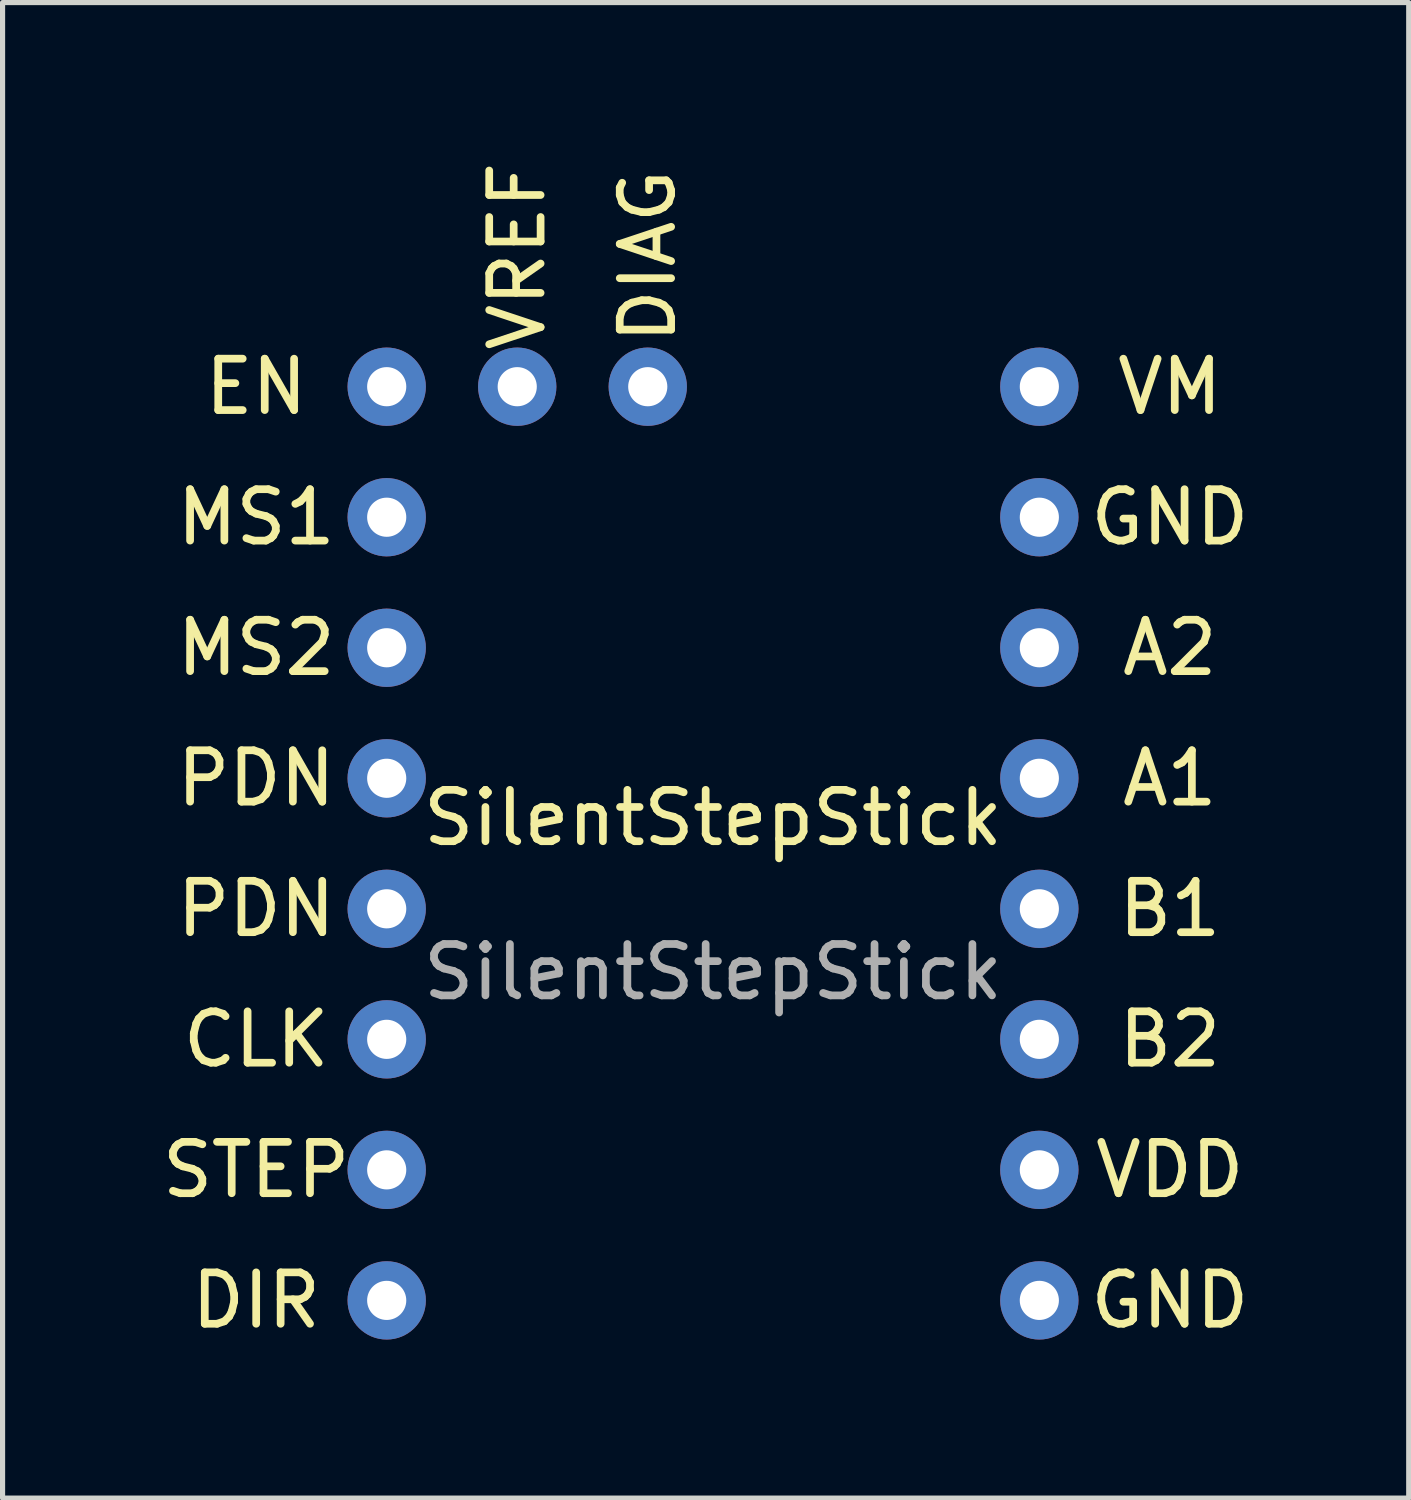
<source format=kicad_pcb>
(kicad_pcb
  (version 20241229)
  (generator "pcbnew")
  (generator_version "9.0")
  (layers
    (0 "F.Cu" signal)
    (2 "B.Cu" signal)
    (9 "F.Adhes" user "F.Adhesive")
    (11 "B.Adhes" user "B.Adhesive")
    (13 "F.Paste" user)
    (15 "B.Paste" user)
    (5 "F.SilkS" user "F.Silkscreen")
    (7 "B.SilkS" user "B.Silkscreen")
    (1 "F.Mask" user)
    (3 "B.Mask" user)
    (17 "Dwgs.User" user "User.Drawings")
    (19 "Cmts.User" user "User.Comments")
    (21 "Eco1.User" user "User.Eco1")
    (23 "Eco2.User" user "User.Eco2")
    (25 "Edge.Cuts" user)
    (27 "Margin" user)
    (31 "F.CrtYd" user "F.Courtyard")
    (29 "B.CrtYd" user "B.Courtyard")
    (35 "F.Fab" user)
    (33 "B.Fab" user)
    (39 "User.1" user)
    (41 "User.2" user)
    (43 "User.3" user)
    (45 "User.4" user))
  (footprint "SilentStepStick"
    (layer "F.Cu")
    (at 10.825 13.365)
    (property "Reference" "SilentStepStick" (at 0 -0.5 0) (unlocked yes) (layer "F.SilkS") (effects (font (size 1 1) (thickness 0.15))))
    (attr through_hole)
    (fp_text user "STEP" (at -8.89 6.35 0) (unlocked yes) (layer "F.SilkS") (effects (font (size 1 1) (thickness 0.15))))
    (fp_text user "DIR" (at -8.89 8.89 0) (unlocked yes) (layer "F.SilkS") (effects (font (size 1 1) (thickness 0.15))))
    (fp_text user "GND" (at 8.89 -6.35 0) (unlocked yes) (layer "F.SilkS") (effects (font (size 1 1) (thickness 0.15))))
    (fp_text user "MS2" (at -8.89 -3.81 0) (unlocked yes) (layer "F.SilkS") (effects (font (size 1 1) (thickness 0.15))))
    (fp_text user "CLK" (at -8.89 3.81 0) (unlocked yes) (layer "F.SilkS") (effects (font (size 1 1) (thickness 0.15))))
    (fp_text user "A2" (at 8.89 -3.81 0) (unlocked yes) (layer "F.SilkS") (effects (font (size 1 1) (thickness 0.15))))
    (fp_text user "VREF" (at -3.81 -11.43 90) (unlocked yes) (layer "F.SilkS") (effects (font (size 1 1) (thickness 0.15))))
    (fp_text user "PDN" (at -8.89 -1.27 0) (unlocked yes) (layer "F.SilkS") (effects (font (size 1 1) (thickness 0.15))))
    (fp_text user "EN" (at -8.89 -8.89 0) (unlocked yes) (layer "F.SilkS") (effects (font (size 1 1) (thickness 0.15))))
    (fp_text user "DIAG" (at -1.27 -11.43 90) (unlocked yes) (layer "F.SilkS") (effects (font (size 1 1) (thickness 0.15))))
    (fp_text user "VDD" (at 8.89 6.35 0) (unlocked yes) (layer "F.SilkS") (effects (font (size 1 1) (thickness 0.15))))
    (fp_text user "MS1" (at -8.89 -6.35 0) (unlocked yes) (layer "F.SilkS") (effects (font (size 1 1) (thickness 0.15))))
    (fp_text user "A1" (at 8.89 -1.27 0) (unlocked yes) (layer "F.SilkS") (effects (font (size 1 1) (thickness 0.15))))
    (fp_text user "VM" (at 8.89 -8.89 0) (unlocked yes) (layer "F.SilkS") (effects (font (size 1 1) (thickness 0.15))))
    (fp_text user "B1" (at 8.89 1.27 0) (unlocked yes) (layer "F.SilkS") (effects (font (size 1 1) (thickness 0.15))))
    (fp_text user "PDN" (at -8.89 1.27 0) (unlocked yes) (layer "F.SilkS") (effects (font (size 1 1) (thickness 0.15))))
    (fp_text user "B2" (at 8.89 3.81 0) (unlocked yes) (layer "F.SilkS") (effects (font (size 1 1) (thickness 0.15))))
    (fp_text user "GND" (at 8.89 8.89 0) (unlocked yes) (layer "F.SilkS") (effects (font (size 1 1) (thickness 0.15))))
    (fp_text user "${REFERENCE}" (at 0 2.5 0) (unlocked yes) (layer "F.Fab") (effects (font (size 1 1) (thickness 0.15))))
    (pad "1" thru_hole circle (at -6.35 -8.89) (size 1.524 1.524) (drill 0.762) (layers "*.Cu" "*.Mask"))
    (pad "2" thru_hole circle (at -6.35 -6.35) (size 1.524 1.524) (drill 0.762) (layers "*.Cu" "*.Mask"))
    (pad "3" thru_hole circle (at -6.35 -3.81) (size 1.524 1.524) (drill 0.762) (layers "*.Cu" "*.Mask"))
    (pad "4" thru_hole circle (at -6.35 -1.27) (size 1.524 1.524) (drill 0.762) (layers "*.Cu" "*.Mask"))
    (pad "5" thru_hole circle (at -6.35 1.27) (size 1.524 1.524) (drill 0.762) (layers "*.Cu" "*.Mask"))
    (pad "6" thru_hole circle (at -6.35 3.81) (size 1.524 1.524) (drill 0.762) (layers "*.Cu" "*.Mask"))
    (pad "7" thru_hole circle (at -6.35 6.35) (size 1.524 1.524) (drill 0.762) (layers "*.Cu" "*.Mask"))
    (pad "8" thru_hole circle (at -6.35 8.89) (size 1.524 1.524) (drill 0.762) (layers "*.Cu" "*.Mask"))
    (pad "9" thru_hole circle (at 6.35 8.89) (size 1.524 1.524) (drill 0.762) (layers "*.Cu" "*.Mask"))
    (pad "10" thru_hole circle (at 6.35 6.35) (size 1.524 1.524) (drill 0.762) (layers "*.Cu" "*.Mask"))
    (pad "11" thru_hole circle (at 6.35 3.81) (size 1.524 1.524) (drill 0.762) (layers "*.Cu" "*.Mask"))
    (pad "12" thru_hole circle (at 6.35 1.27) (size 1.524 1.524) (drill 0.762) (layers "*.Cu" "*.Mask"))
    (pad "13" thru_hole circle (at 6.35 -1.27) (size 1.524 1.524) (drill 0.762) (layers "*.Cu" "*.Mask"))
    (pad "14" thru_hole circle (at 6.35 -3.81) (size 1.524 1.524) (drill 0.762) (layers "*.Cu" "*.Mask"))
    (pad "15" thru_hole circle (at 6.35 -6.35) (size 1.524 1.524) (drill 0.762) (layers "*.Cu" "*.Mask"))
    (pad "16" thru_hole circle (at 6.35 -8.89) (size 1.524 1.524) (drill 0.762) (layers "*.Cu" "*.Mask"))
    (pad "17" thru_hole circle (at -3.81 -8.89 180) (size 1.524 1.524) (drill 0.762) (layers "*.Cu" "*.Mask"))
    (pad "18" thru_hole circle (at -1.27 -8.89 180) (size 1.524 1.524) (drill 0.762) (layers "*.Cu" "*.Mask")))
  (gr_rect
    (start -3 -3)
    (end 24.363 26.103)
    (stroke (width 0.1) (type default))
    (fill no)
    (layer "Edge.Cuts")))
</source>
